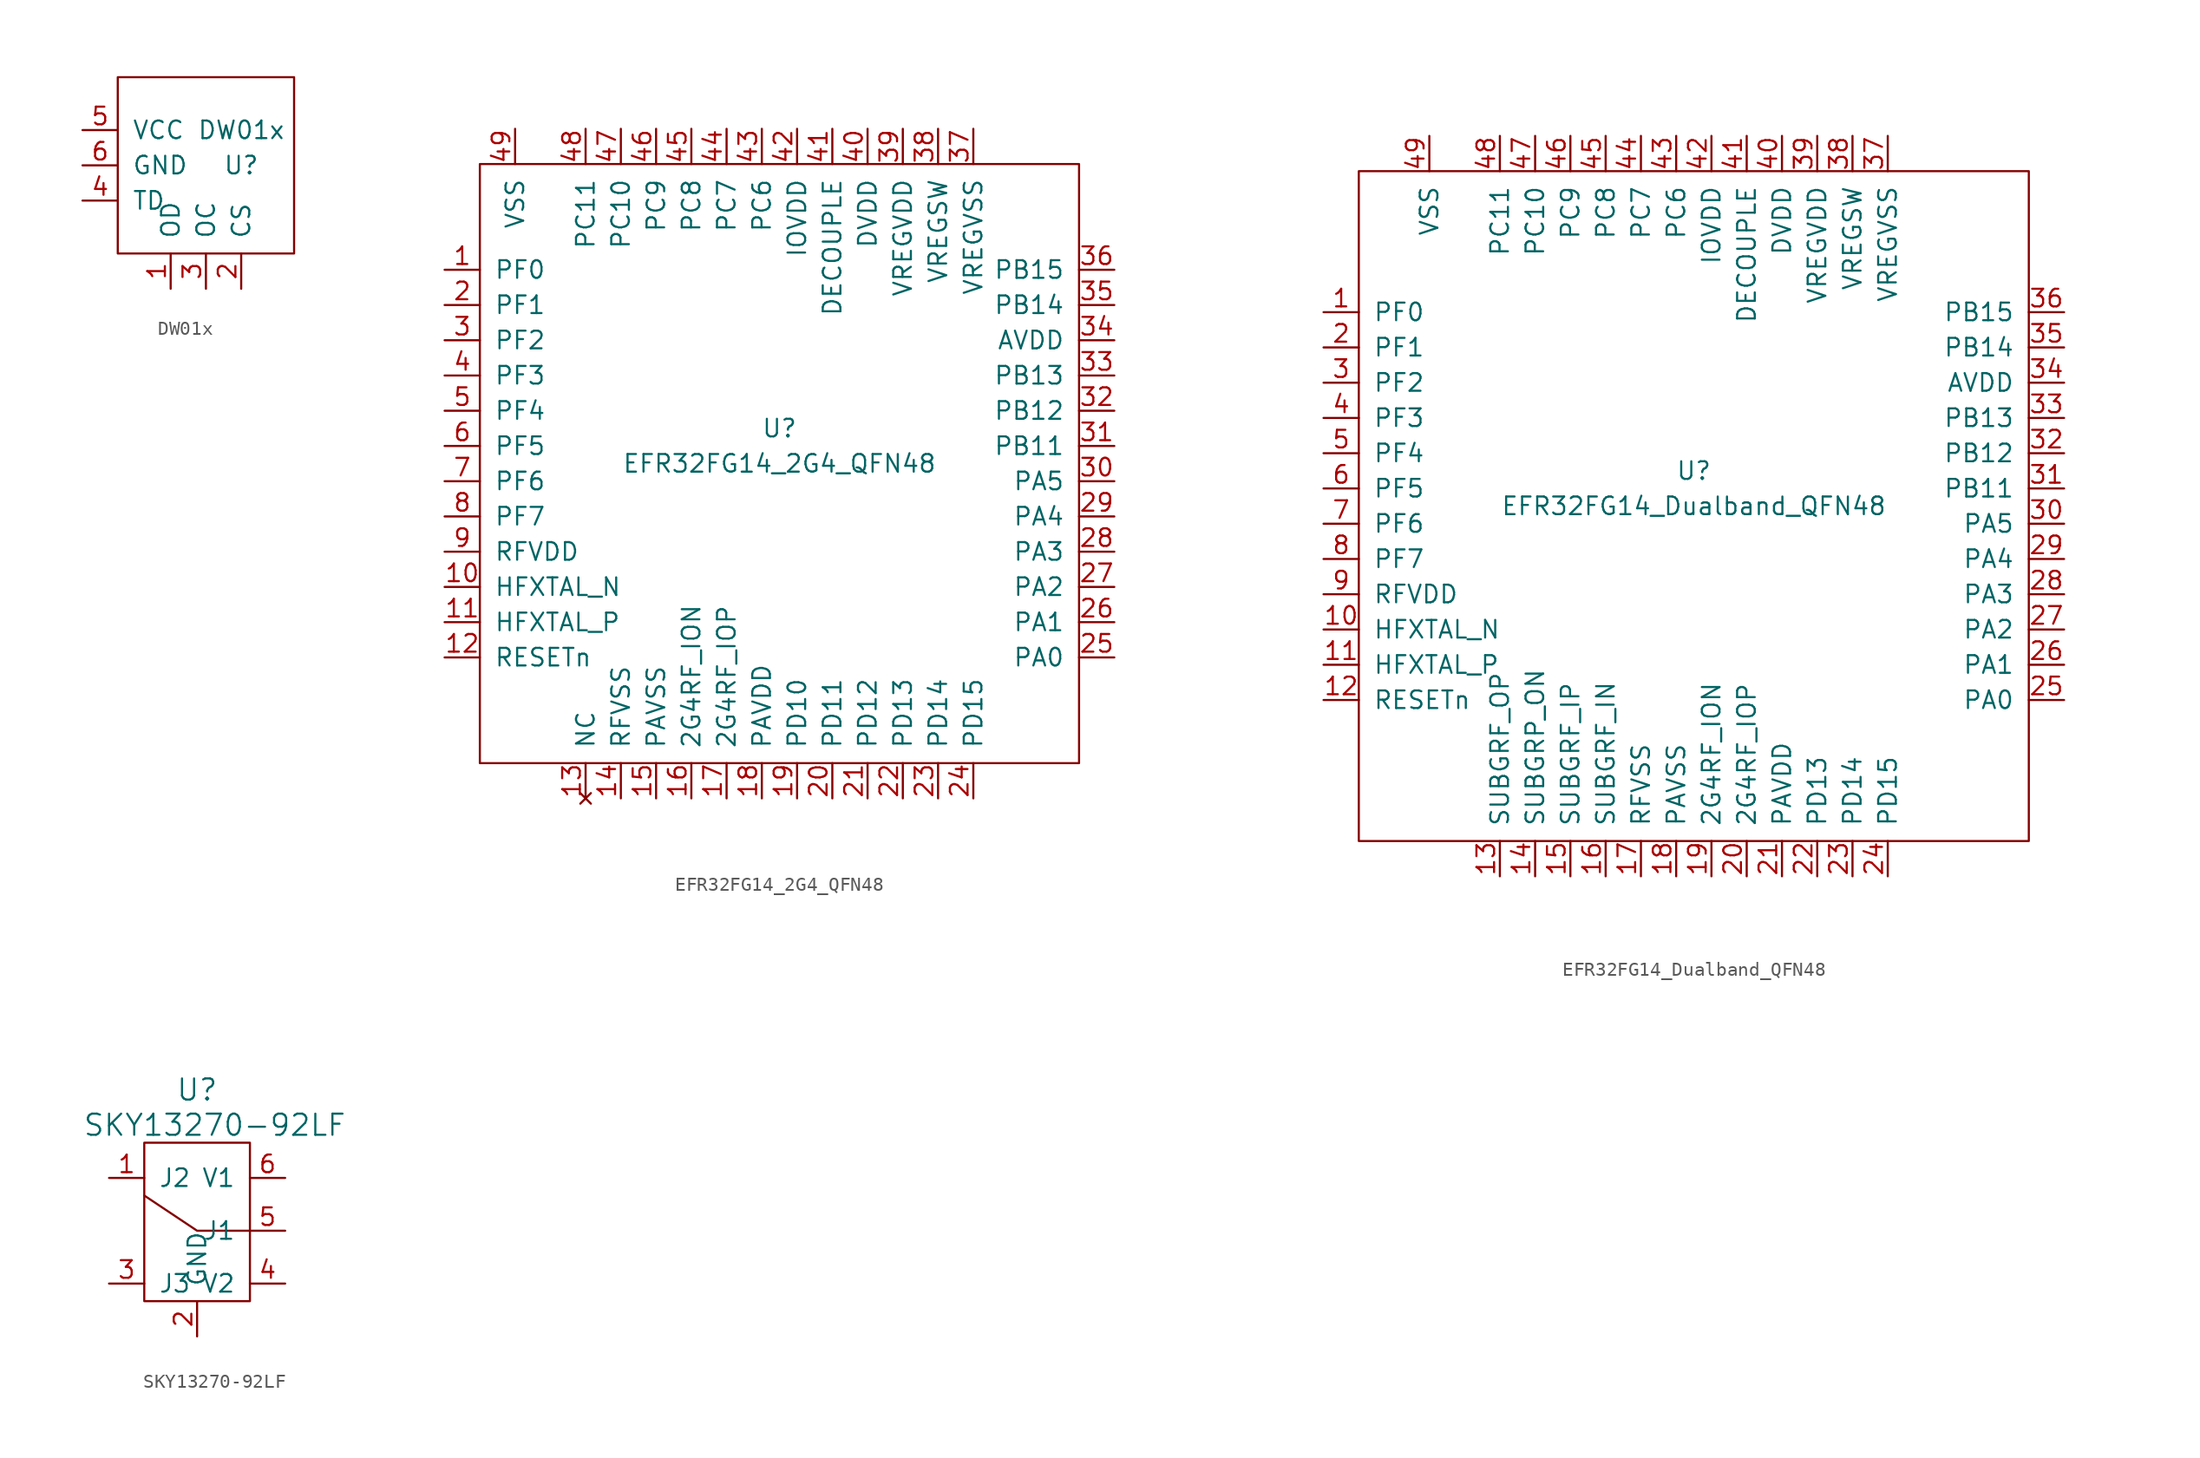
<source format=kicad_sym>
(kicad_symbol_lib
  (version 20220914)
  (generator kicad_symbol_editor)
  (symbol "DW01x"
    (pin_names
      (offset 1.016))
    (property "Reference" "U"
      (at 2.54 0 0)
      (effects (font (size 1.27 1.27))))
    (property "Value" "DW01x"
      (at 2.54 2.54 0)
      (effects (font (size 1.27 1.27))))
    (symbol "DW01x_0_1"
      (rectangle (start 6.35 -6.35) (end -6.35 6.35) (stroke (width 0) (type solid)) (fill (type none))))
    (symbol "DW01x_1_1"
      (pin output line (at -2.54 -8.89 90) (length 2.54) (name "OD" (effects (font (size 1.27 1.27)))) (number "1" (effects (font (size 1.27 1.27)))))
      (pin input line (at 2.54 -8.89 90) (length 2.54) (name "CS" (effects (font (size 1.27 1.27)))) (number "2" (effects (font (size 1.27 1.27)))))
      (pin output line (at 0 -8.89 90) (length 2.54) (name "OC" (effects (font (size 1.27 1.27)))) (number "3" (effects (font (size 1.27 1.27)))))
      (pin passive line (at -8.89 -2.54 0) (length 2.54) (name "TD" (effects (font (size 1.27 1.27)))) (number "4" (effects (font (size 1.27 1.27)))))
      (pin input line (at -8.89 2.54 0) (length 2.54) (name "VCC" (effects (font (size 1.27 1.27)))) (number "5" (effects (font (size 1.27 1.27)))))
      (pin input line (at -8.89 0 0) (length 2.54) (name "GND" (effects (font (size 1.27 1.27)))) (number "6" (effects (font (size 1.27 1.27)))))))
  (symbol "EFR32FG14_2G4_QFN48"
    (pin_names
      (offset 1.016))
    (property "Reference" "U"
      (at 0 2.54 0)
      (effects (font (size 1.27 1.27))))
    (property "Value" "EFR32FG14_2G4_QFN48"
      (at 0 0 0)
      (effects (font (size 1.27 1.27))))
    (symbol "EFR32FG14_2G4_QFN48_0_1"
      (rectangle (start -21.59 21.59) (end 21.59 -21.59) (stroke (width 0) (type solid)) (fill (type none))))
    (symbol "EFR32FG14_2G4_QFN48_1_1"
      (pin bidirectional line (at -24.13 13.97 0) (length 2.54) (name "PF0" (effects (font (size 1.27 1.27)))) (number "1" (effects (font (size 1.27 1.27)))))
      (pin passive line (at -24.13 -8.89 0) (length 2.54) (name "HFXTAL_N" (effects (font (size 1.27 1.27)))) (number "10" (effects (font (size 1.27 1.27)))))
      (pin passive line (at -24.13 -11.43 0) (length 2.54) (name "HFXTAL_P" (effects (font (size 1.27 1.27)))) (number "11" (effects (font (size 1.27 1.27)))))
      (pin input line (at -24.13 -13.97 0) (length 2.54) (name "RESETn" (effects (font (size 1.27 1.27)))) (number "12" (effects (font (size 1.27 1.27)))))
      (pin no_connect line (at -13.97 -24.13 90) (length 2.54) (name "NC" (effects (font (size 1.27 1.27)))) (number "13" (effects (font (size 1.27 1.27)))))
      (pin power_in line (at -11.43 -24.13 90) (length 2.54) (name "RFVSS" (effects (font (size 1.27 1.27)))) (number "14" (effects (font (size 1.27 1.27)))))
      (pin power_in line (at -8.89 -24.13 90) (length 2.54) (name "PAVSS" (effects (font (size 1.27 1.27)))) (number "15" (effects (font (size 1.27 1.27)))))
      (pin bidirectional line (at -6.35 -24.13 90) (length 2.54) (name "2G4RF_ION" (effects (font (size 1.27 1.27)))) (number "16" (effects (font (size 1.27 1.27)))))
      (pin bidirectional line (at -3.81 -24.13 90) (length 2.54) (name "2G4RF_IOP" (effects (font (size 1.27 1.27)))) (number "17" (effects (font (size 1.27 1.27)))))
      (pin power_in line (at -1.27 -24.13 90) (length 2.54) (name "PAVDD" (effects (font (size 1.27 1.27)))) (number "18" (effects (font (size 1.27 1.27)))))
      (pin bidirectional line (at 1.27 -24.13 90) (length 2.54) (name "PD10" (effects (font (size 1.27 1.27)))) (number "19" (effects (font (size 1.27 1.27)))))
      (pin bidirectional line (at -24.13 11.43 0) (length 2.54) (name "PF1" (effects (font (size 1.27 1.27)))) (number "2" (effects (font (size 1.27 1.27)))))
      (pin bidirectional line (at 3.81 -24.13 90) (length 2.54) (name "PD11" (effects (font (size 1.27 1.27)))) (number "20" (effects (font (size 1.27 1.27)))))
      (pin bidirectional line (at 6.35 -24.13 90) (length 2.54) (name "PD12" (effects (font (size 1.27 1.27)))) (number "21" (effects (font (size 1.27 1.27)))))
      (pin bidirectional line (at 8.89 -24.13 90) (length 2.54) (name "PD13" (effects (font (size 1.27 1.27)))) (number "22" (effects (font (size 1.27 1.27)))))
      (pin bidirectional line (at 11.43 -24.13 90) (length 2.54) (name "PD14" (effects (font (size 1.27 1.27)))) (number "23" (effects (font (size 1.27 1.27)))))
      (pin bidirectional line (at 13.97 -24.13 90) (length 2.54) (name "PD15" (effects (font (size 1.27 1.27)))) (number "24" (effects (font (size 1.27 1.27)))))
      (pin bidirectional line (at 24.13 -13.97 180) (length 2.54) (name "PA0" (effects (font (size 1.27 1.27)))) (number "25" (effects (font (size 1.27 1.27)))))
      (pin bidirectional line (at 24.13 -11.43 180) (length 2.54) (name "PA1" (effects (font (size 1.27 1.27)))) (number "26" (effects (font (size 1.27 1.27)))))
      (pin bidirectional line (at 24.13 -8.89 180) (length 2.54) (name "PA2" (effects (font (size 1.27 1.27)))) (number "27" (effects (font (size 1.27 1.27)))))
      (pin bidirectional line (at 24.13 -6.35 180) (length 2.54) (name "PA3" (effects (font (size 1.27 1.27)))) (number "28" (effects (font (size 1.27 1.27)))))
      (pin bidirectional line (at 24.13 -3.81 180) (length 2.54) (name "PA4" (effects (font (size 1.27 1.27)))) (number "29" (effects (font (size 1.27 1.27)))))
      (pin bidirectional line (at -24.13 8.89 0) (length 2.54) (name "PF2" (effects (font (size 1.27 1.27)))) (number "3" (effects (font (size 1.27 1.27)))))
      (pin bidirectional line (at 24.13 -1.27 180) (length 2.54) (name "PA5" (effects (font (size 1.27 1.27)))) (number "30" (effects (font (size 1.27 1.27)))))
      (pin bidirectional line (at 24.13 1.27 180) (length 2.54) (name "PB11" (effects (font (size 1.27 1.27)))) (number "31" (effects (font (size 1.27 1.27)))))
      (pin bidirectional line (at 24.13 3.81 180) (length 2.54) (name "PB12" (effects (font (size 1.27 1.27)))) (number "32" (effects (font (size 1.27 1.27)))))
      (pin bidirectional line (at 24.13 6.35 180) (length 2.54) (name "PB13" (effects (font (size 1.27 1.27)))) (number "33" (effects (font (size 1.27 1.27)))))
      (pin power_in line (at 24.13 8.89 180) (length 2.54) (name "AVDD" (effects (font (size 1.27 1.27)))) (number "34" (effects (font (size 1.27 1.27)))))
      (pin bidirectional line (at 24.13 11.43 180) (length 2.54) (name "PB14" (effects (font (size 1.27 1.27)))) (number "35" (effects (font (size 1.27 1.27)))))
      (pin bidirectional line (at 24.13 13.97 180) (length 2.54) (name "PB15" (effects (font (size 1.27 1.27)))) (number "36" (effects (font (size 1.27 1.27)))))
      (pin power_in line (at 13.97 24.13 270) (length 2.54) (name "VREGVSS" (effects (font (size 1.27 1.27)))) (number "37" (effects (font (size 1.27 1.27)))))
      (pin output line (at 11.43 24.13 270) (length 2.54) (name "VREGSW" (effects (font (size 1.27 1.27)))) (number "38" (effects (font (size 1.27 1.27)))))
      (pin power_in line (at 8.89 24.13 270) (length 2.54) (name "VREGVDD" (effects (font (size 1.27 1.27)))) (number "39" (effects (font (size 1.27 1.27)))))
      (pin bidirectional line (at -24.13 6.35 0) (length 2.54) (name "PF3" (effects (font (size 1.27 1.27)))) (number "4" (effects (font (size 1.27 1.27)))))
      (pin power_in line (at 6.35 24.13 270) (length 2.54) (name "DVDD" (effects (font (size 1.27 1.27)))) (number "40" (effects (font (size 1.27 1.27)))))
      (pin passive line (at 3.81 24.13 270) (length 2.54) (name "DECOUPLE" (effects (font (size 1.27 1.27)))) (number "41" (effects (font (size 1.27 1.27)))))
      (pin power_in line (at 1.27 24.13 270) (length 2.54) (name "IOVDD" (effects (font (size 1.27 1.27)))) (number "42" (effects (font (size 1.27 1.27)))))
      (pin bidirectional line (at -1.27 24.13 270) (length 2.54) (name "PC6" (effects (font (size 1.27 1.27)))) (number "43" (effects (font (size 1.27 1.27)))))
      (pin bidirectional line (at -3.81 24.13 270) (length 2.54) (name "PC7" (effects (font (size 1.27 1.27)))) (number "44" (effects (font (size 1.27 1.27)))))
      (pin bidirectional line (at -6.35 24.13 270) (length 2.54) (name "PC8" (effects (font (size 1.27 1.27)))) (number "45" (effects (font (size 1.27 1.27)))))
      (pin bidirectional line (at -8.89 24.13 270) (length 2.54) (name "PC9" (effects (font (size 1.27 1.27)))) (number "46" (effects (font (size 1.27 1.27)))))
      (pin bidirectional line (at -11.43 24.13 270) (length 2.54) (name "PC10" (effects (font (size 1.27 1.27)))) (number "47" (effects (font (size 1.27 1.27)))))
      (pin bidirectional line (at -13.97 24.13 270) (length 2.54) (name "PC11" (effects (font (size 1.27 1.27)))) (number "48" (effects (font (size 1.27 1.27)))))
      (pin power_in line (at -19.05 24.13 270) (length 2.54) (name "VSS" (effects (font (size 1.27 1.27)))) (number "49" (effects (font (size 1.27 1.27)))))
      (pin bidirectional line (at -24.13 3.81 0) (length 2.54) (name "PF4" (effects (font (size 1.27 1.27)))) (number "5" (effects (font (size 1.27 1.27)))))
      (pin bidirectional line (at -24.13 1.27 0) (length 2.54) (name "PF5" (effects (font (size 1.27 1.27)))) (number "6" (effects (font (size 1.27 1.27)))))
      (pin bidirectional line (at -24.13 -1.27 0) (length 2.54) (name "PF6" (effects (font (size 1.27 1.27)))) (number "7" (effects (font (size 1.27 1.27)))))
      (pin bidirectional line (at -24.13 -3.81 0) (length 2.54) (name "PF7" (effects (font (size 1.27 1.27)))) (number "8" (effects (font (size 1.27 1.27)))))
      (pin power_in line (at -24.13 -6.35 0) (length 2.54) (name "RFVDD" (effects (font (size 1.27 1.27)))) (number "9" (effects (font (size 1.27 1.27)))))))
  (symbol "EFR32FG14_Dualband_QFN48"
    (pin_names
      (offset 1.016))
    (property "Reference" "U"
      (at 0 2.54 0)
      (effects (font (size 1.27 1.27))))
    (property "Value" "EFR32FG14_Dualband_QFN48"
      (at 0 0 0)
      (effects (font (size 1.27 1.27))))
    (symbol "EFR32FG14_Dualband_QFN48_0_1"
      (rectangle (start -24.13 24.13) (end 24.13 -24.13) (stroke (width 0) (type solid)) (fill (type none))))
    (symbol "EFR32FG14_Dualband_QFN48_1_1"
      (pin bidirectional line (at -26.67 13.97 0) (length 2.54) (name "PF0" (effects (font (size 1.27 1.27)))) (number "1" (effects (font (size 1.27 1.27)))))
      (pin passive line (at -26.67 -8.89 0) (length 2.54) (name "HFXTAL_N" (effects (font (size 1.27 1.27)))) (number "10" (effects (font (size 1.27 1.27)))))
      (pin passive line (at -26.67 -11.43 0) (length 2.54) (name "HFXTAL_P" (effects (font (size 1.27 1.27)))) (number "11" (effects (font (size 1.27 1.27)))))
      (pin input line (at -26.67 -13.97 0) (length 2.54) (name "RESETn" (effects (font (size 1.27 1.27)))) (number "12" (effects (font (size 1.27 1.27)))))
      (pin output line (at -13.97 -26.67 90) (length 2.54) (name "SUBGRF_OP" (effects (font (size 1.27 1.27)))) (number "13" (effects (font (size 1.27 1.27)))))
      (pin output line (at -11.43 -26.67 90) (length 2.54) (name "SUBGRP_ON" (effects (font (size 1.27 1.27)))) (number "14" (effects (font (size 1.27 1.27)))))
      (pin input line (at -8.89 -26.67 90) (length 2.54) (name "SUBGRF_IP" (effects (font (size 1.27 1.27)))) (number "15" (effects (font (size 1.27 1.27)))))
      (pin input line (at -6.35 -26.67 90) (length 2.54) (name "SUBGRF_IN" (effects (font (size 1.27 1.27)))) (number "16" (effects (font (size 1.27 1.27)))))
      (pin power_in line (at -3.81 -26.67 90) (length 2.54) (name "RFVSS" (effects (font (size 1.27 1.27)))) (number "17" (effects (font (size 1.27 1.27)))))
      (pin power_in line (at -1.27 -26.67 90) (length 2.54) (name "PAVSS" (effects (font (size 1.27 1.27)))) (number "18" (effects (font (size 1.27 1.27)))))
      (pin bidirectional line (at 1.27 -26.67 90) (length 2.54) (name "2G4RF_ION" (effects (font (size 1.27 1.27)))) (number "19" (effects (font (size 1.27 1.27)))))
      (pin bidirectional line (at -26.67 11.43 0) (length 2.54) (name "PF1" (effects (font (size 1.27 1.27)))) (number "2" (effects (font (size 1.27 1.27)))))
      (pin bidirectional line (at 3.81 -26.67 90) (length 2.54) (name "2G4RF_IOP" (effects (font (size 1.27 1.27)))) (number "20" (effects (font (size 1.27 1.27)))))
      (pin power_in line (at 6.35 -26.67 90) (length 2.54) (name "PAVDD" (effects (font (size 1.27 1.27)))) (number "21" (effects (font (size 1.27 1.27)))))
      (pin bidirectional line (at 8.89 -26.67 90) (length 2.54) (name "PD13" (effects (font (size 1.27 1.27)))) (number "22" (effects (font (size 1.27 1.27)))))
      (pin bidirectional line (at 11.43 -26.67 90) (length 2.54) (name "PD14" (effects (font (size 1.27 1.27)))) (number "23" (effects (font (size 1.27 1.27)))))
      (pin bidirectional line (at 13.97 -26.67 90) (length 2.54) (name "PD15" (effects (font (size 1.27 1.27)))) (number "24" (effects (font (size 1.27 1.27)))))
      (pin bidirectional line (at 26.67 -13.97 180) (length 2.54) (name "PA0" (effects (font (size 1.27 1.27)))) (number "25" (effects (font (size 1.27 1.27)))))
      (pin bidirectional line (at 26.67 -11.43 180) (length 2.54) (name "PA1" (effects (font (size 1.27 1.27)))) (number "26" (effects (font (size 1.27 1.27)))))
      (pin bidirectional line (at 26.67 -8.89 180) (length 2.54) (name "PA2" (effects (font (size 1.27 1.27)))) (number "27" (effects (font (size 1.27 1.27)))))
      (pin bidirectional line (at 26.67 -6.35 180) (length 2.54) (name "PA3" (effects (font (size 1.27 1.27)))) (number "28" (effects (font (size 1.27 1.27)))))
      (pin bidirectional line (at 26.67 -3.81 180) (length 2.54) (name "PA4" (effects (font (size 1.27 1.27)))) (number "29" (effects (font (size 1.27 1.27)))))
      (pin bidirectional line (at -26.67 8.89 0) (length 2.54) (name "PF2" (effects (font (size 1.27 1.27)))) (number "3" (effects (font (size 1.27 1.27)))))
      (pin bidirectional line (at 26.67 -1.27 180) (length 2.54) (name "PA5" (effects (font (size 1.27 1.27)))) (number "30" (effects (font (size 1.27 1.27)))))
      (pin bidirectional line (at 26.67 1.27 180) (length 2.54) (name "PB11" (effects (font (size 1.27 1.27)))) (number "31" (effects (font (size 1.27 1.27)))))
      (pin bidirectional line (at 26.67 3.81 180) (length 2.54) (name "PB12" (effects (font (size 1.27 1.27)))) (number "32" (effects (font (size 1.27 1.27)))))
      (pin bidirectional line (at 26.67 6.35 180) (length 2.54) (name "PB13" (effects (font (size 1.27 1.27)))) (number "33" (effects (font (size 1.27 1.27)))))
      (pin power_in line (at 26.67 8.89 180) (length 2.54) (name "AVDD" (effects (font (size 1.27 1.27)))) (number "34" (effects (font (size 1.27 1.27)))))
      (pin bidirectional line (at 26.67 11.43 180) (length 2.54) (name "PB14" (effects (font (size 1.27 1.27)))) (number "35" (effects (font (size 1.27 1.27)))))
      (pin bidirectional line (at 26.67 13.97 180) (length 2.54) (name "PB15" (effects (font (size 1.27 1.27)))) (number "36" (effects (font (size 1.27 1.27)))))
      (pin power_in line (at 13.97 26.67 270) (length 2.54) (name "VREGVSS" (effects (font (size 1.27 1.27)))) (number "37" (effects (font (size 1.27 1.27)))))
      (pin output line (at 11.43 26.67 270) (length 2.54) (name "VREGSW" (effects (font (size 1.27 1.27)))) (number "38" (effects (font (size 1.27 1.27)))))
      (pin power_in line (at 8.89 26.67 270) (length 2.54) (name "VREGVDD" (effects (font (size 1.27 1.27)))) (number "39" (effects (font (size 1.27 1.27)))))
      (pin bidirectional line (at -26.67 6.35 0) (length 2.54) (name "PF3" (effects (font (size 1.27 1.27)))) (number "4" (effects (font (size 1.27 1.27)))))
      (pin power_in line (at 6.35 26.67 270) (length 2.54) (name "DVDD" (effects (font (size 1.27 1.27)))) (number "40" (effects (font (size 1.27 1.27)))))
      (pin passive line (at 3.81 26.67 270) (length 2.54) (name "DECOUPLE" (effects (font (size 1.27 1.27)))) (number "41" (effects (font (size 1.27 1.27)))))
      (pin power_in line (at 1.27 26.67 270) (length 2.54) (name "IOVDD" (effects (font (size 1.27 1.27)))) (number "42" (effects (font (size 1.27 1.27)))))
      (pin bidirectional line (at -1.27 26.67 270) (length 2.54) (name "PC6" (effects (font (size 1.27 1.27)))) (number "43" (effects (font (size 1.27 1.27)))))
      (pin bidirectional line (at -3.81 26.67 270) (length 2.54) (name "PC7" (effects (font (size 1.27 1.27)))) (number "44" (effects (font (size 1.27 1.27)))))
      (pin bidirectional line (at -6.35 26.67 270) (length 2.54) (name "PC8" (effects (font (size 1.27 1.27)))) (number "45" (effects (font (size 1.27 1.27)))))
      (pin bidirectional line (at -8.89 26.67 270) (length 2.54) (name "PC9" (effects (font (size 1.27 1.27)))) (number "46" (effects (font (size 1.27 1.27)))))
      (pin bidirectional line (at -11.43 26.67 270) (length 2.54) (name "PC10" (effects (font (size 1.27 1.27)))) (number "47" (effects (font (size 1.27 1.27)))))
      (pin bidirectional line (at -13.97 26.67 270) (length 2.54) (name "PC11" (effects (font (size 1.27 1.27)))) (number "48" (effects (font (size 1.27 1.27)))))
      (pin power_in line (at -19.05 26.67 270) (length 2.54) (name "VSS" (effects (font (size 1.27 1.27)))) (number "49" (effects (font (size 1.27 1.27)))))
      (pin bidirectional line (at -26.67 3.81 0) (length 2.54) (name "PF4" (effects (font (size 1.27 1.27)))) (number "5" (effects (font (size 1.27 1.27)))))
      (pin bidirectional line (at -26.67 1.27 0) (length 2.54) (name "PF5" (effects (font (size 1.27 1.27)))) (number "6" (effects (font (size 1.27 1.27)))))
      (pin bidirectional line (at -26.67 -1.27 0) (length 2.54) (name "PF6" (effects (font (size 1.27 1.27)))) (number "7" (effects (font (size 1.27 1.27)))))
      (pin bidirectional line (at -26.67 -3.81 0) (length 2.54) (name "PF7" (effects (font (size 1.27 1.27)))) (number "8" (effects (font (size 1.27 1.27)))))
      (pin power_in line (at -26.67 -6.35 0) (length 2.54) (name "RFVDD" (effects (font (size 1.27 1.27)))) (number "9" (effects (font (size 1.27 1.27)))))))
  (symbol "SKY13270-92LF"
    (pin_names
      (offset 1.016))
    (property "Reference" "U"
      (at 0 10.16 0)
      (effects (font (size 1.524 1.524))))
    (property "Value" "SKY13270-92LF"
      (at 1.27 7.62 0)
      (effects (font (size 1.524 1.524))))
    (symbol "SKY13270-92LF_0_1"
      (rectangle (start -3.81 6.35) (end 3.81 -5.08) (stroke (width 0) (type solid)) (fill (type none)))
      (polyline (pts (xy 3.81 0) (xy 0 0) (xy -3.81 2.54)) (stroke (width 0) (type solid)) (fill (type none))))
    (symbol "SKY13270-92LF_1_1"
      (pin bidirectional line (at -6.35 3.81 0) (length 2.54) (name "J2" (effects (font (size 1.27 1.27)))) (number "1" (effects (font (size 1.27 1.27)))))
      (pin passive line (at 0 -7.62 90) (length 2.54) (name "GND" (effects (font (size 1.27 1.27)))) (number "2" (effects (font (size 1.27 1.27)))))
      (pin bidirectional line (at -6.35 -3.81 0) (length 2.54) (name "J3" (effects (font (size 1.27 1.27)))) (number "3" (effects (font (size 1.27 1.27)))))
      (pin input line (at 6.35 -3.81 180) (length 2.54) (name "V2" (effects (font (size 1.27 1.27)))) (number "4" (effects (font (size 1.27 1.27)))))
      (pin bidirectional line (at 6.35 0 180) (length 2.54) (name "J1" (effects (font (size 1.27 1.27)))) (number "5" (effects (font (size 1.27 1.27)))))
      (pin input line (at 6.35 3.81 180) (length 2.54) (name "V1" (effects (font (size 1.27 1.27)))) (number "6" (effects (font (size 1.27 1.27))))))))
</source>
